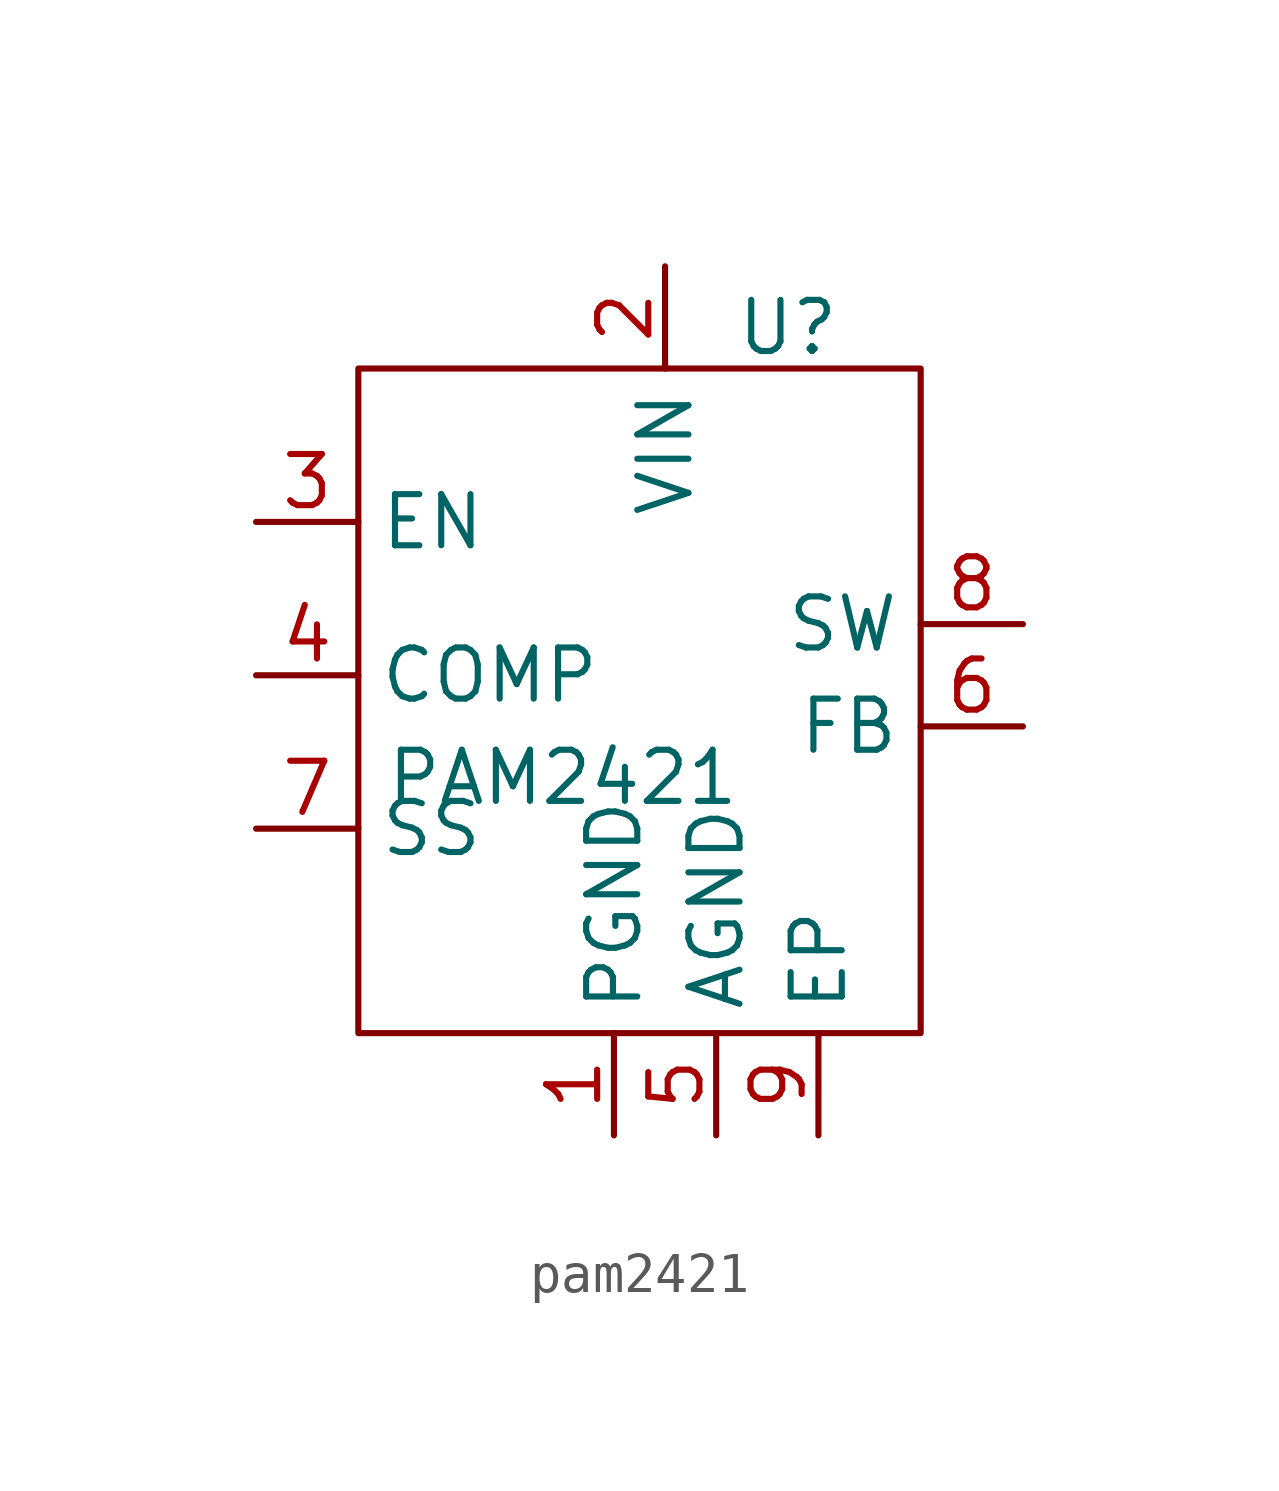
<source format=kicad_sym>
(kicad_symbol_lib
  (version 20231120)
  (generator "kicad_symbol_editor")
  (generator_version "8.0")
  (symbol "pam2421"
    (property "Reference" "U"
      (at 4.318 9.906 0)
      (effects (font (size 1.27 1.27))))
    (property "Value" "PAM2421"
      (at -1.27 -1.27 0)
      (effects (font (size 1.27 1.27))))
    (symbol "pam2421_0_1"
      (rectangle (start -6.35 8.89) (end 7.62 -7.62) (stroke (width 0) (type default)) (fill (type none))))
    (symbol "pam2421_1_1"
      (pin power_out line (at 0 -10.16 90) (length 2.54) (name "PGND" (effects (font (size 1.27 1.27)))) (number "1" (effects (font (size 1.27 1.27)))))
      (pin power_in line (at 1.27 11.43 270) (length 2.54) (name "VIN" (effects (font (size 1.27 1.27)))) (number "2" (effects (font (size 1.27 1.27)))))
      (pin input line (at -8.89 5.08 0) (length 2.54) (name "EN" (effects (font (size 1.27 1.27)))) (number "3" (effects (font (size 1.27 1.27)))))
      (pin input line (at -8.89 1.27 0) (length 2.54) (name "COMP" (effects (font (size 1.27 1.27)))) (number "4" (effects (font (size 1.27 1.27)))))
      (pin power_out line (at 2.54 -10.16 90) (length 2.54) (name "AGND" (effects (font (size 1.27 1.27)))) (number "5" (effects (font (size 1.27 1.27)))))
      (pin input line (at 10.16 0 180) (length 2.54) (name "FB" (effects (font (size 1.27 1.27)))) (number "6" (effects (font (size 1.27 1.27)))))
      (pin input line (at -8.89 -2.54 0) (length 2.54) (name "SS" (effects (font (size 1.27 1.27)))) (number "7" (effects (font (size 1.27 1.27)))))
      (pin output line (at 10.16 2.54 180) (length 2.54) (name "SW" (effects (font (size 1.27 1.27)))) (number "8" (effects (font (size 1.27 1.27)))))
      (pin power_out line (at 5.08 -10.16 90) (length 2.54) (name "EP" (effects (font (size 1.27 1.27)))) (number "9" (effects (font (size 1.27 1.27))))))))
</source>
